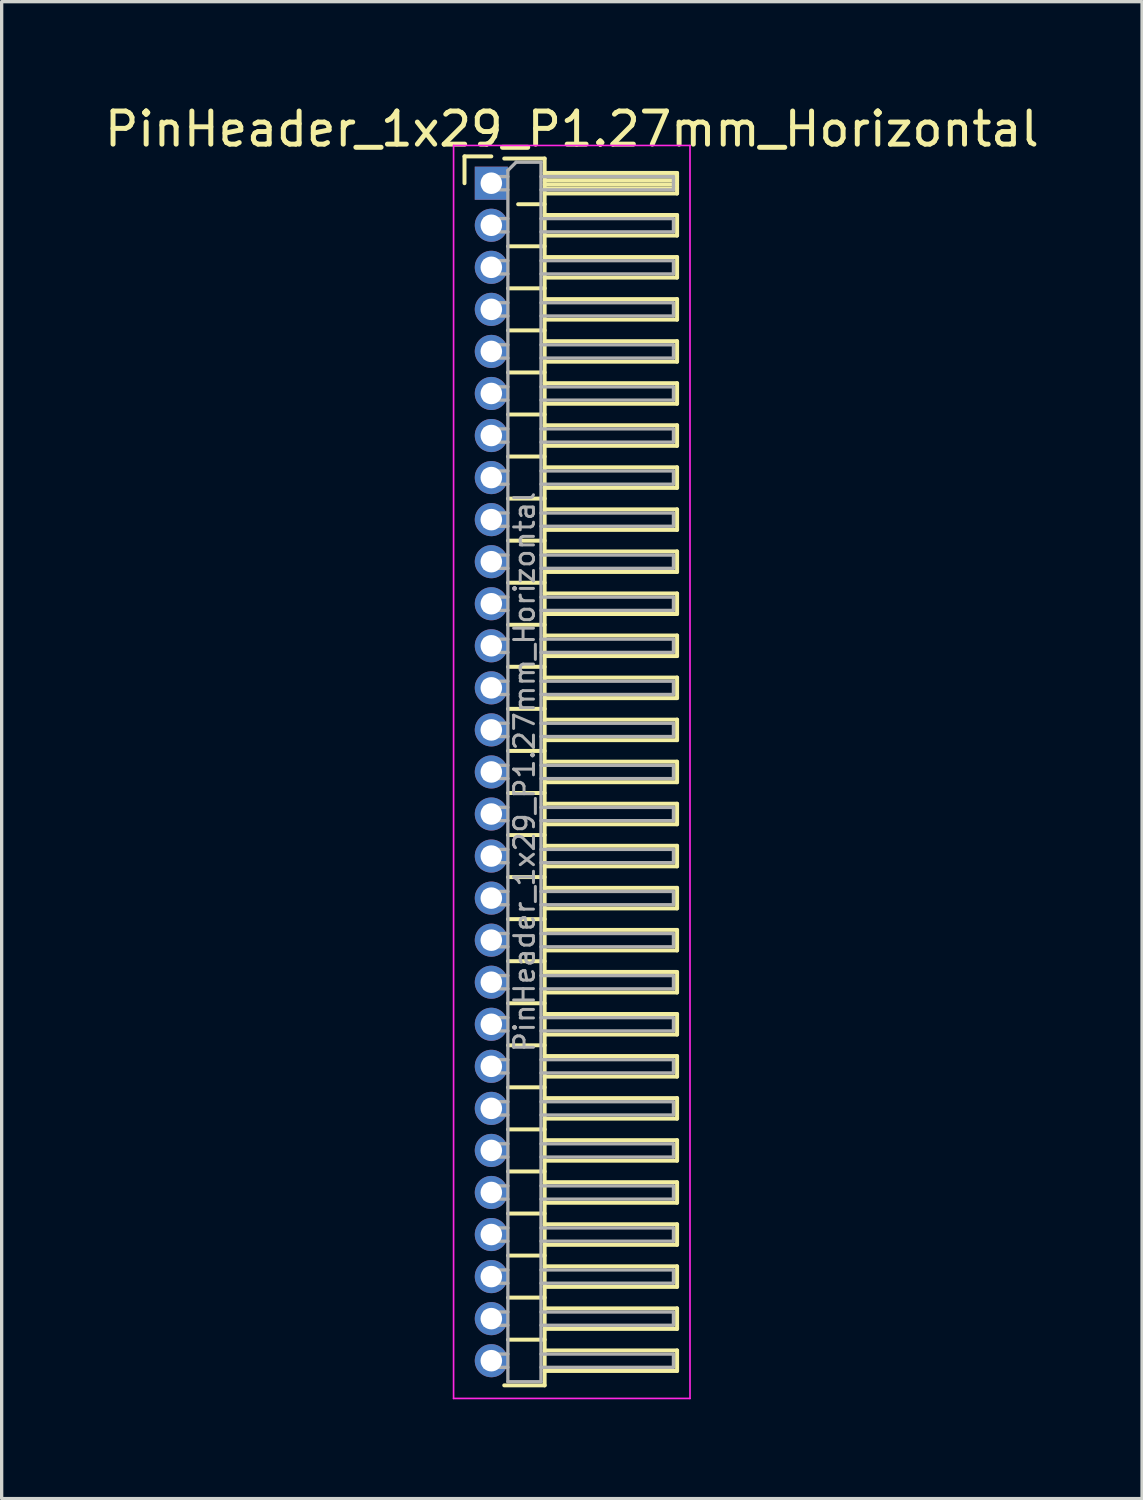
<source format=kicad_pcb>
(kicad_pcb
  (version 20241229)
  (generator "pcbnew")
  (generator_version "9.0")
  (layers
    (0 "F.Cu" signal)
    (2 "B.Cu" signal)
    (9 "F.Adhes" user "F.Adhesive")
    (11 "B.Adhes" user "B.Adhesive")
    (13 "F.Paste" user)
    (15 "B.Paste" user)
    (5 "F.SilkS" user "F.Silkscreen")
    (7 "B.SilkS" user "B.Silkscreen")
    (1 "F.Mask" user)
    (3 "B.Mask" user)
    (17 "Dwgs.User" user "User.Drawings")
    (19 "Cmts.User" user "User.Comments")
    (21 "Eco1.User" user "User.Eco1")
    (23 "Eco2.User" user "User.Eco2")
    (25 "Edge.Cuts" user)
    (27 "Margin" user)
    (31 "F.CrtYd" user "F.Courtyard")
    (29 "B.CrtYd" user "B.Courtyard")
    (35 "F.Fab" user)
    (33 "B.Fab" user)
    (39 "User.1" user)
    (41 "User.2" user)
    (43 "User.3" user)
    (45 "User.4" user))
  (footprint "PinHeader_1x29_P1.27mm_Horizontal"
    (layer "F.Cu")
    (at 11.788 2.483)
    (property "Reference" "PinHeader_1x29_P1.27mm_Horizontal" (at 2.433 -1.635 0) (layer "F.SilkS") (effects (font (size 1 1) (thickness 0.15))))
    (attr through_hole)
    (fp_line (start -0.81 -0.81) (end 0 -0.81) (stroke (width 0.12) (type solid)) (layer "F.SilkS"))
    (fp_line (start -0.81 0) (end -0.81 -0.81) (stroke (width 0.12) (type solid)) (layer "F.SilkS"))
    (fp_line (start 0.39 -0.745) (end 1.61 -0.745) (stroke (width 0.12) (type solid)) (layer "F.SilkS"))
    (fp_line (start 0.503 1.905) (end 1.61 1.905) (stroke (width 0.12) (type solid)) (layer "F.SilkS"))
    (fp_line (start 0.503 3.175) (end 1.61 3.175) (stroke (width 0.12) (type solid)) (layer "F.SilkS"))
    (fp_line (start 0.503 4.445) (end 1.61 4.445) (stroke (width 0.12) (type solid)) (layer "F.SilkS"))
    (fp_line (start 0.503 5.715) (end 1.61 5.715) (stroke (width 0.12) (type solid)) (layer "F.SilkS"))
    (fp_line (start 0.503 6.985) (end 1.61 6.985) (stroke (width 0.12) (type solid)) (layer "F.SilkS"))
    (fp_line (start 0.503 8.255) (end 1.61 8.255) (stroke (width 0.12) (type solid)) (layer "F.SilkS"))
    (fp_line (start 0.503 9.525) (end 1.61 9.525) (stroke (width 0.12) (type solid)) (layer "F.SilkS"))
    (fp_line (start 0.503 10.795) (end 1.61 10.795) (stroke (width 0.12) (type solid)) (layer "F.SilkS"))
    (fp_line (start 0.503 12.065) (end 1.61 12.065) (stroke (width 0.12) (type solid)) (layer "F.SilkS"))
    (fp_line (start 0.503 13.335) (end 1.61 13.335) (stroke (width 0.12) (type solid)) (layer "F.SilkS"))
    (fp_line (start 0.503 14.605) (end 1.61 14.605) (stroke (width 0.12) (type solid)) (layer "F.SilkS"))
    (fp_line (start 0.503 15.875) (end 1.61 15.875) (stroke (width 0.12) (type solid)) (layer "F.SilkS"))
    (fp_line (start 0.503 17.145) (end 1.61 17.145) (stroke (width 0.12) (type solid)) (layer "F.SilkS"))
    (fp_line (start 0.503 18.415) (end 1.61 18.415) (stroke (width 0.12) (type solid)) (layer "F.SilkS"))
    (fp_line (start 0.503 19.685) (end 1.61 19.685) (stroke (width 0.12) (type solid)) (layer "F.SilkS"))
    (fp_line (start 0.503 20.955) (end 1.61 20.955) (stroke (width 0.12) (type solid)) (layer "F.SilkS"))
    (fp_line (start 0.503 22.225) (end 1.61 22.225) (stroke (width 0.12) (type solid)) (layer "F.SilkS"))
    (fp_line (start 0.503 23.495) (end 1.61 23.495) (stroke (width 0.12) (type solid)) (layer "F.SilkS"))
    (fp_line (start 0.503 24.765) (end 1.61 24.765) (stroke (width 0.12) (type solid)) (layer "F.SilkS"))
    (fp_line (start 0.503 26.035) (end 1.61 26.035) (stroke (width 0.12) (type solid)) (layer "F.SilkS"))
    (fp_line (start 0.503 27.305) (end 1.61 27.305) (stroke (width 0.12) (type solid)) (layer "F.SilkS"))
    (fp_line (start 0.503 28.575) (end 1.61 28.575) (stroke (width 0.12) (type solid)) (layer "F.SilkS"))
    (fp_line (start 0.503 29.845) (end 1.61 29.845) (stroke (width 0.12) (type solid)) (layer "F.SilkS"))
    (fp_line (start 0.503 31.115) (end 1.61 31.115) (stroke (width 0.12) (type solid)) (layer "F.SilkS"))
    (fp_line (start 0.503 32.385) (end 1.61 32.385) (stroke (width 0.12) (type solid)) (layer "F.SilkS"))
    (fp_line (start 0.503 33.655) (end 1.61 33.655) (stroke (width 0.12) (type solid)) (layer "F.SilkS"))
    (fp_line (start 0.503 34.925) (end 1.61 34.925) (stroke (width 0.12) (type solid)) (layer "F.SilkS"))
    (fp_line (start 0.81 0.635) (end 1.61 0.635) (stroke (width 0.12) (type solid)) (layer "F.SilkS"))
    (fp_line (start 1.61 -0.745) (end 1.61 36.305) (stroke (width 0.12) (type solid)) (layer "F.SilkS"))
    (fp_line (start 1.61 -0.31) (end 5.61 -0.31) (stroke (width 0.12) (type solid)) (layer "F.SilkS"))
    (fp_line (start 1.61 -0.2) (end 5.61 -0.2) (stroke (width 0.12) (type solid)) (layer "F.SilkS"))
    (fp_line (start 1.61 -0.08) (end 5.61 -0.08) (stroke (width 0.12) (type solid)) (layer "F.SilkS"))
    (fp_line (start 1.61 0.04) (end 5.61 0.04) (stroke (width 0.12) (type solid)) (layer "F.SilkS"))
    (fp_line (start 1.61 0.16) (end 5.61 0.16) (stroke (width 0.12) (type solid)) (layer "F.SilkS"))
    (fp_line (start 1.61 0.96) (end 5.61 0.96) (stroke (width 0.12) (type solid)) (layer "F.SilkS"))
    (fp_line (start 1.61 2.23) (end 5.61 2.23) (stroke (width 0.12) (type solid)) (layer "F.SilkS"))
    (fp_line (start 1.61 3.5) (end 5.61 3.5) (stroke (width 0.12) (type solid)) (layer "F.SilkS"))
    (fp_line (start 1.61 4.77) (end 5.61 4.77) (stroke (width 0.12) (type solid)) (layer "F.SilkS"))
    (fp_line (start 1.61 6.04) (end 5.61 6.04) (stroke (width 0.12) (type solid)) (layer "F.SilkS"))
    (fp_line (start 1.61 7.31) (end 5.61 7.31) (stroke (width 0.12) (type solid)) (layer "F.SilkS"))
    (fp_line (start 1.61 8.58) (end 5.61 8.58) (stroke (width 0.12) (type solid)) (layer "F.SilkS"))
    (fp_line (start 1.61 9.85) (end 5.61 9.85) (stroke (width 0.12) (type solid)) (layer "F.SilkS"))
    (fp_line (start 1.61 11.12) (end 5.61 11.12) (stroke (width 0.12) (type solid)) (layer "F.SilkS"))
    (fp_line (start 1.61 12.39) (end 5.61 12.39) (stroke (width 0.12) (type solid)) (layer "F.SilkS"))
    (fp_line (start 1.61 13.66) (end 5.61 13.66) (stroke (width 0.12) (type solid)) (layer "F.SilkS"))
    (fp_line (start 1.61 14.93) (end 5.61 14.93) (stroke (width 0.12) (type solid)) (layer "F.SilkS"))
    (fp_line (start 1.61 16.2) (end 5.61 16.2) (stroke (width 0.12) (type solid)) (layer "F.SilkS"))
    (fp_line (start 1.61 17.47) (end 5.61 17.47) (stroke (width 0.12) (type solid)) (layer "F.SilkS"))
    (fp_line (start 1.61 18.74) (end 5.61 18.74) (stroke (width 0.12) (type solid)) (layer "F.SilkS"))
    (fp_line (start 1.61 20.01) (end 5.61 20.01) (stroke (width 0.12) (type solid)) (layer "F.SilkS"))
    (fp_line (start 1.61 21.28) (end 5.61 21.28) (stroke (width 0.12) (type solid)) (layer "F.SilkS"))
    (fp_line (start 1.61 22.55) (end 5.61 22.55) (stroke (width 0.12) (type solid)) (layer "F.SilkS"))
    (fp_line (start 1.61 23.82) (end 5.61 23.82) (stroke (width 0.12) (type solid)) (layer "F.SilkS"))
    (fp_line (start 1.61 25.09) (end 5.61 25.09) (stroke (width 0.12) (type solid)) (layer "F.SilkS"))
    (fp_line (start 1.61 26.36) (end 5.61 26.36) (stroke (width 0.12) (type solid)) (layer "F.SilkS"))
    (fp_line (start 1.61 27.63) (end 5.61 27.63) (stroke (width 0.12) (type solid)) (layer "F.SilkS"))
    (fp_line (start 1.61 28.9) (end 5.61 28.9) (stroke (width 0.12) (type solid)) (layer "F.SilkS"))
    (fp_line (start 1.61 30.17) (end 5.61 30.17) (stroke (width 0.12) (type solid)) (layer "F.SilkS"))
    (fp_line (start 1.61 31.44) (end 5.61 31.44) (stroke (width 0.12) (type solid)) (layer "F.SilkS"))
    (fp_line (start 1.61 32.71) (end 5.61 32.71) (stroke (width 0.12) (type solid)) (layer "F.SilkS"))
    (fp_line (start 1.61 33.98) (end 5.61 33.98) (stroke (width 0.12) (type solid)) (layer "F.SilkS"))
    (fp_line (start 1.61 35.25) (end 5.61 35.25) (stroke (width 0.12) (type solid)) (layer "F.SilkS"))
    (fp_line (start 1.61 36.305) (end 0.39 36.305) (stroke (width 0.12) (type solid)) (layer "F.SilkS"))
    (fp_line (start 5.61 -0.31) (end 5.61 0.31) (stroke (width 0.12) (type solid)) (layer "F.SilkS"))
    (fp_line (start 5.61 0.31) (end 1.61 0.31) (stroke (width 0.12) (type solid)) (layer "F.SilkS"))
    (fp_line (start 5.61 0.96) (end 5.61 1.58) (stroke (width 0.12) (type solid)) (layer "F.SilkS"))
    (fp_line (start 5.61 1.58) (end 1.61 1.58) (stroke (width 0.12) (type solid)) (layer "F.SilkS"))
    (fp_line (start 5.61 2.23) (end 5.61 2.85) (stroke (width 0.12) (type solid)) (layer "F.SilkS"))
    (fp_line (start 5.61 2.85) (end 1.61 2.85) (stroke (width 0.12) (type solid)) (layer "F.SilkS"))
    (fp_line (start 5.61 3.5) (end 5.61 4.12) (stroke (width 0.12) (type solid)) (layer "F.SilkS"))
    (fp_line (start 5.61 4.12) (end 1.61 4.12) (stroke (width 0.12) (type solid)) (layer "F.SilkS"))
    (fp_line (start 5.61 4.77) (end 5.61 5.39) (stroke (width 0.12) (type solid)) (layer "F.SilkS"))
    (fp_line (start 5.61 5.39) (end 1.61 5.39) (stroke (width 0.12) (type solid)) (layer "F.SilkS"))
    (fp_line (start 5.61 6.04) (end 5.61 6.66) (stroke (width 0.12) (type solid)) (layer "F.SilkS"))
    (fp_line (start 5.61 6.66) (end 1.61 6.66) (stroke (width 0.12) (type solid)) (layer "F.SilkS"))
    (fp_line (start 5.61 7.31) (end 5.61 7.93) (stroke (width 0.12) (type solid)) (layer "F.SilkS"))
    (fp_line (start 5.61 7.93) (end 1.61 7.93) (stroke (width 0.12) (type solid)) (layer "F.SilkS"))
    (fp_line (start 5.61 8.58) (end 5.61 9.2) (stroke (width 0.12) (type solid)) (layer "F.SilkS"))
    (fp_line (start 5.61 9.2) (end 1.61 9.2) (stroke (width 0.12) (type solid)) (layer "F.SilkS"))
    (fp_line (start 5.61 9.85) (end 5.61 10.47) (stroke (width 0.12) (type solid)) (layer "F.SilkS"))
    (fp_line (start 5.61 10.47) (end 1.61 10.47) (stroke (width 0.12) (type solid)) (layer "F.SilkS"))
    (fp_line (start 5.61 11.12) (end 5.61 11.74) (stroke (width 0.12) (type solid)) (layer "F.SilkS"))
    (fp_line (start 5.61 11.74) (end 1.61 11.74) (stroke (width 0.12) (type solid)) (layer "F.SilkS"))
    (fp_line (start 5.61 12.39) (end 5.61 13.01) (stroke (width 0.12) (type solid)) (layer "F.SilkS"))
    (fp_line (start 5.61 13.01) (end 1.61 13.01) (stroke (width 0.12) (type solid)) (layer "F.SilkS"))
    (fp_line (start 5.61 13.66) (end 5.61 14.28) (stroke (width 0.12) (type solid)) (layer "F.SilkS"))
    (fp_line (start 5.61 14.28) (end 1.61 14.28) (stroke (width 0.12) (type solid)) (layer "F.SilkS"))
    (fp_line (start 5.61 14.93) (end 5.61 15.55) (stroke (width 0.12) (type solid)) (layer "F.SilkS"))
    (fp_line (start 5.61 15.55) (end 1.61 15.55) (stroke (width 0.12) (type solid)) (layer "F.SilkS"))
    (fp_line (start 5.61 16.2) (end 5.61 16.82) (stroke (width 0.12) (type solid)) (layer "F.SilkS"))
    (fp_line (start 5.61 16.82) (end 1.61 16.82) (stroke (width 0.12) (type solid)) (layer "F.SilkS"))
    (fp_line (start 5.61 17.47) (end 5.61 18.09) (stroke (width 0.12) (type solid)) (layer "F.SilkS"))
    (fp_line (start 5.61 18.09) (end 1.61 18.09) (stroke (width 0.12) (type solid)) (layer "F.SilkS"))
    (fp_line (start 5.61 18.74) (end 5.61 19.36) (stroke (width 0.12) (type solid)) (layer "F.SilkS"))
    (fp_line (start 5.61 19.36) (end 1.61 19.36) (stroke (width 0.12) (type solid)) (layer "F.SilkS"))
    (fp_line (start 5.61 20.01) (end 5.61 20.63) (stroke (width 0.12) (type solid)) (layer "F.SilkS"))
    (fp_line (start 5.61 20.63) (end 1.61 20.63) (stroke (width 0.12) (type solid)) (layer "F.SilkS"))
    (fp_line (start 5.61 21.28) (end 5.61 21.9) (stroke (width 0.12) (type solid)) (layer "F.SilkS"))
    (fp_line (start 5.61 21.9) (end 1.61 21.9) (stroke (width 0.12) (type solid)) (layer "F.SilkS"))
    (fp_line (start 5.61 22.55) (end 5.61 23.17) (stroke (width 0.12) (type solid)) (layer "F.SilkS"))
    (fp_line (start 5.61 23.17) (end 1.61 23.17) (stroke (width 0.12) (type solid)) (layer "F.SilkS"))
    (fp_line (start 5.61 23.82) (end 5.61 24.44) (stroke (width 0.12) (type solid)) (layer "F.SilkS"))
    (fp_line (start 5.61 24.44) (end 1.61 24.44) (stroke (width 0.12) (type solid)) (layer "F.SilkS"))
    (fp_line (start 5.61 25.09) (end 5.61 25.71) (stroke (width 0.12) (type solid)) (layer "F.SilkS"))
    (fp_line (start 5.61 25.71) (end 1.61 25.71) (stroke (width 0.12) (type solid)) (layer "F.SilkS"))
    (fp_line (start 5.61 26.36) (end 5.61 26.98) (stroke (width 0.12) (type solid)) (layer "F.SilkS"))
    (fp_line (start 5.61 26.98) (end 1.61 26.98) (stroke (width 0.12) (type solid)) (layer "F.SilkS"))
    (fp_line (start 5.61 27.63) (end 5.61 28.25) (stroke (width 0.12) (type solid)) (layer "F.SilkS"))
    (fp_line (start 5.61 28.25) (end 1.61 28.25) (stroke (width 0.12) (type solid)) (layer "F.SilkS"))
    (fp_line (start 5.61 28.9) (end 5.61 29.52) (stroke (width 0.12) (type solid)) (layer "F.SilkS"))
    (fp_line (start 5.61 29.52) (end 1.61 29.52) (stroke (width 0.12) (type solid)) (layer "F.SilkS"))
    (fp_line (start 5.61 30.17) (end 5.61 30.79) (stroke (width 0.12) (type solid)) (layer "F.SilkS"))
    (fp_line (start 5.61 30.79) (end 1.61 30.79) (stroke (width 0.12) (type solid)) (layer "F.SilkS"))
    (fp_line (start 5.61 31.44) (end 5.61 32.06) (stroke (width 0.12) (type solid)) (layer "F.SilkS"))
    (fp_line (start 5.61 32.06) (end 1.61 32.06) (stroke (width 0.12) (type solid)) (layer "F.SilkS"))
    (fp_line (start 5.61 32.71) (end 5.61 33.33) (stroke (width 0.12) (type solid)) (layer "F.SilkS"))
    (fp_line (start 5.61 33.33) (end 1.61 33.33) (stroke (width 0.12) (type solid)) (layer "F.SilkS"))
    (fp_line (start 5.61 33.98) (end 5.61 34.6) (stroke (width 0.12) (type solid)) (layer "F.SilkS"))
    (fp_line (start 5.61 34.6) (end 1.61 34.6) (stroke (width 0.12) (type solid)) (layer "F.SilkS"))
    (fp_line (start 5.61 35.25) (end 5.61 35.87) (stroke (width 0.12) (type solid)) (layer "F.SilkS"))
    (fp_line (start 5.61 35.87) (end 1.61 35.87) (stroke (width 0.12) (type solid)) (layer "F.SilkS"))
    (fp_line (start -1.14 -1.14) (end -1.14 36.7) (stroke (width 0.05) (type solid)) (layer "F.CrtYd"))
    (fp_line (start -1.14 36.7) (end 6 36.7) (stroke (width 0.05) (type solid)) (layer "F.CrtYd"))
    (fp_line (start 6 -1.14) (end -1.14 -1.14) (stroke (width 0.05) (type solid)) (layer "F.CrtYd"))
    (fp_line (start 6 36.7) (end 6 -1.14) (stroke (width 0.05) (type solid)) (layer "F.CrtYd"))
    (fp_line (start -0.2 -0.2) (end -0.2 0.2) (stroke (width 0.1) (type solid)) (layer "F.Fab"))
    (fp_line (start -0.2 -0.2) (end 0.5 -0.2) (stroke (width 0.1) (type solid)) (layer "F.Fab"))
    (fp_line (start -0.2 0.2) (end 0.5 0.2) (stroke (width 0.1) (type solid)) (layer "F.Fab"))
    (fp_line (start -0.2 1.07) (end -0.2 1.47) (stroke (width 0.1) (type solid)) (layer "F.Fab"))
    (fp_line (start -0.2 1.07) (end 0.5 1.07) (stroke (width 0.1) (type solid)) (layer "F.Fab"))
    (fp_line (start -0.2 1.47) (end 0.5 1.47) (stroke (width 0.1) (type solid)) (layer "F.Fab"))
    (fp_line (start -0.2 2.34) (end -0.2 2.74) (stroke (width 0.1) (type solid)) (layer "F.Fab"))
    (fp_line (start -0.2 2.34) (end 0.5 2.34) (stroke (width 0.1) (type solid)) (layer "F.Fab"))
    (fp_line (start -0.2 2.74) (end 0.5 2.74) (stroke (width 0.1) (type solid)) (layer "F.Fab"))
    (fp_line (start -0.2 3.61) (end -0.2 4.01) (stroke (width 0.1) (type solid)) (layer "F.Fab"))
    (fp_line (start -0.2 3.61) (end 0.5 3.61) (stroke (width 0.1) (type solid)) (layer "F.Fab"))
    (fp_line (start -0.2 4.01) (end 0.5 4.01) (stroke (width 0.1) (type solid)) (layer "F.Fab"))
    (fp_line (start -0.2 4.88) (end -0.2 5.28) (stroke (width 0.1) (type solid)) (layer "F.Fab"))
    (fp_line (start -0.2 4.88) (end 0.5 4.88) (stroke (width 0.1) (type solid)) (layer "F.Fab"))
    (fp_line (start -0.2 5.28) (end 0.5 5.28) (stroke (width 0.1) (type solid)) (layer "F.Fab"))
    (fp_line (start -0.2 6.15) (end -0.2 6.55) (stroke (width 0.1) (type solid)) (layer "F.Fab"))
    (fp_line (start -0.2 6.15) (end 0.5 6.15) (stroke (width 0.1) (type solid)) (layer "F.Fab"))
    (fp_line (start -0.2 6.55) (end 0.5 6.55) (stroke (width 0.1) (type solid)) (layer "F.Fab"))
    (fp_line (start -0.2 7.42) (end -0.2 7.82) (stroke (width 0.1) (type solid)) (layer "F.Fab"))
    (fp_line (start -0.2 7.42) (end 0.5 7.42) (stroke (width 0.1) (type solid)) (layer "F.Fab"))
    (fp_line (start -0.2 7.82) (end 0.5 7.82) (stroke (width 0.1) (type solid)) (layer "F.Fab"))
    (fp_line (start -0.2 8.69) (end -0.2 9.09) (stroke (width 0.1) (type solid)) (layer "F.Fab"))
    (fp_line (start -0.2 8.69) (end 0.5 8.69) (stroke (width 0.1) (type solid)) (layer "F.Fab"))
    (fp_line (start -0.2 9.09) (end 0.5 9.09) (stroke (width 0.1) (type solid)) (layer "F.Fab"))
    (fp_line (start -0.2 9.96) (end -0.2 10.36) (stroke (width 0.1) (type solid)) (layer "F.Fab"))
    (fp_line (start -0.2 9.96) (end 0.5 9.96) (stroke (width 0.1) (type solid)) (layer "F.Fab"))
    (fp_line (start -0.2 10.36) (end 0.5 10.36) (stroke (width 0.1) (type solid)) (layer "F.Fab"))
    (fp_line (start -0.2 11.23) (end -0.2 11.63) (stroke (width 0.1) (type solid)) (layer "F.Fab"))
    (fp_line (start -0.2 11.23) (end 0.5 11.23) (stroke (width 0.1) (type solid)) (layer "F.Fab"))
    (fp_line (start -0.2 11.63) (end 0.5 11.63) (stroke (width 0.1) (type solid)) (layer "F.Fab"))
    (fp_line (start -0.2 12.5) (end -0.2 12.9) (stroke (width 0.1) (type solid)) (layer "F.Fab"))
    (fp_line (start -0.2 12.5) (end 0.5 12.5) (stroke (width 0.1) (type solid)) (layer "F.Fab"))
    (fp_line (start -0.2 12.9) (end 0.5 12.9) (stroke (width 0.1) (type solid)) (layer "F.Fab"))
    (fp_line (start -0.2 13.77) (end -0.2 14.17) (stroke (width 0.1) (type solid)) (layer "F.Fab"))
    (fp_line (start -0.2 13.77) (end 0.5 13.77) (stroke (width 0.1) (type solid)) (layer "F.Fab"))
    (fp_line (start -0.2 14.17) (end 0.5 14.17) (stroke (width 0.1) (type solid)) (layer "F.Fab"))
    (fp_line (start -0.2 15.04) (end -0.2 15.44) (stroke (width 0.1) (type solid)) (layer "F.Fab"))
    (fp_line (start -0.2 15.04) (end 0.5 15.04) (stroke (width 0.1) (type solid)) (layer "F.Fab"))
    (fp_line (start -0.2 15.44) (end 0.5 15.44) (stroke (width 0.1) (type solid)) (layer "F.Fab"))
    (fp_line (start -0.2 16.31) (end -0.2 16.71) (stroke (width 0.1) (type solid)) (layer "F.Fab"))
    (fp_line (start -0.2 16.31) (end 0.5 16.31) (stroke (width 0.1) (type solid)) (layer "F.Fab"))
    (fp_line (start -0.2 16.71) (end 0.5 16.71) (stroke (width 0.1) (type solid)) (layer "F.Fab"))
    (fp_line (start -0.2 17.58) (end -0.2 17.98) (stroke (width 0.1) (type solid)) (layer "F.Fab"))
    (fp_line (start -0.2 17.58) (end 0.5 17.58) (stroke (width 0.1) (type solid)) (layer "F.Fab"))
    (fp_line (start -0.2 17.98) (end 0.5 17.98) (stroke (width 0.1) (type solid)) (layer "F.Fab"))
    (fp_line (start -0.2 18.85) (end -0.2 19.25) (stroke (width 0.1) (type solid)) (layer "F.Fab"))
    (fp_line (start -0.2 18.85) (end 0.5 18.85) (stroke (width 0.1) (type solid)) (layer "F.Fab"))
    (fp_line (start -0.2 19.25) (end 0.5 19.25) (stroke (width 0.1) (type solid)) (layer "F.Fab"))
    (fp_line (start -0.2 20.12) (end -0.2 20.52) (stroke (width 0.1) (type solid)) (layer "F.Fab"))
    (fp_line (start -0.2 20.12) (end 0.5 20.12) (stroke (width 0.1) (type solid)) (layer "F.Fab"))
    (fp_line (start -0.2 20.52) (end 0.5 20.52) (stroke (width 0.1) (type solid)) (layer "F.Fab"))
    (fp_line (start -0.2 21.39) (end -0.2 21.79) (stroke (width 0.1) (type solid)) (layer "F.Fab"))
    (fp_line (start -0.2 21.39) (end 0.5 21.39) (stroke (width 0.1) (type solid)) (layer "F.Fab"))
    (fp_line (start -0.2 21.79) (end 0.5 21.79) (stroke (width 0.1) (type solid)) (layer "F.Fab"))
    (fp_line (start -0.2 22.66) (end -0.2 23.06) (stroke (width 0.1) (type solid)) (layer "F.Fab"))
    (fp_line (start -0.2 22.66) (end 0.5 22.66) (stroke (width 0.1) (type solid)) (layer "F.Fab"))
    (fp_line (start -0.2 23.06) (end 0.5 23.06) (stroke (width 0.1) (type solid)) (layer "F.Fab"))
    (fp_line (start -0.2 23.93) (end -0.2 24.33) (stroke (width 0.1) (type solid)) (layer "F.Fab"))
    (fp_line (start -0.2 23.93) (end 0.5 23.93) (stroke (width 0.1) (type solid)) (layer "F.Fab"))
    (fp_line (start -0.2 24.33) (end 0.5 24.33) (stroke (width 0.1) (type solid)) (layer "F.Fab"))
    (fp_line (start -0.2 25.2) (end -0.2 25.6) (stroke (width 0.1) (type solid)) (layer "F.Fab"))
    (fp_line (start -0.2 25.2) (end 0.5 25.2) (stroke (width 0.1) (type solid)) (layer "F.Fab"))
    (fp_line (start -0.2 25.6) (end 0.5 25.6) (stroke (width 0.1) (type solid)) (layer "F.Fab"))
    (fp_line (start -0.2 26.47) (end -0.2 26.87) (stroke (width 0.1) (type solid)) (layer "F.Fab"))
    (fp_line (start -0.2 26.47) (end 0.5 26.47) (stroke (width 0.1) (type solid)) (layer "F.Fab"))
    (fp_line (start -0.2 26.87) (end 0.5 26.87) (stroke (width 0.1) (type solid)) (layer "F.Fab"))
    (fp_line (start -0.2 27.74) (end -0.2 28.14) (stroke (width 0.1) (type solid)) (layer "F.Fab"))
    (fp_line (start -0.2 27.74) (end 0.5 27.74) (stroke (width 0.1) (type solid)) (layer "F.Fab"))
    (fp_line (start -0.2 28.14) (end 0.5 28.14) (stroke (width 0.1) (type solid)) (layer "F.Fab"))
    (fp_line (start -0.2 29.01) (end -0.2 29.41) (stroke (width 0.1) (type solid)) (layer "F.Fab"))
    (fp_line (start -0.2 29.01) (end 0.5 29.01) (stroke (width 0.1) (type solid)) (layer "F.Fab"))
    (fp_line (start -0.2 29.41) (end 0.5 29.41) (stroke (width 0.1) (type solid)) (layer "F.Fab"))
    (fp_line (start -0.2 30.28) (end -0.2 30.68) (stroke (width 0.1) (type solid)) (layer "F.Fab"))
    (fp_line (start -0.2 30.28) (end 0.5 30.28) (stroke (width 0.1) (type solid)) (layer "F.Fab"))
    (fp_line (start -0.2 30.68) (end 0.5 30.68) (stroke (width 0.1) (type solid)) (layer "F.Fab"))
    (fp_line (start -0.2 31.55) (end -0.2 31.95) (stroke (width 0.1) (type solid)) (layer "F.Fab"))
    (fp_line (start -0.2 31.55) (end 0.5 31.55) (stroke (width 0.1) (type solid)) (layer "F.Fab"))
    (fp_line (start -0.2 31.95) (end 0.5 31.95) (stroke (width 0.1) (type solid)) (layer "F.Fab"))
    (fp_line (start -0.2 32.82) (end -0.2 33.22) (stroke (width 0.1) (type solid)) (layer "F.Fab"))
    (fp_line (start -0.2 32.82) (end 0.5 32.82) (stroke (width 0.1) (type solid)) (layer "F.Fab"))
    (fp_line (start -0.2 33.22) (end 0.5 33.22) (stroke (width 0.1) (type solid)) (layer "F.Fab"))
    (fp_line (start -0.2 34.09) (end -0.2 34.49) (stroke (width 0.1) (type solid)) (layer "F.Fab"))
    (fp_line (start -0.2 34.09) (end 0.5 34.09) (stroke (width 0.1) (type solid)) (layer "F.Fab"))
    (fp_line (start -0.2 34.49) (end 0.5 34.49) (stroke (width 0.1) (type solid)) (layer "F.Fab"))
    (fp_line (start -0.2 35.36) (end -0.2 35.76) (stroke (width 0.1) (type solid)) (layer "F.Fab"))
    (fp_line (start -0.2 35.36) (end 0.5 35.36) (stroke (width 0.1) (type solid)) (layer "F.Fab"))
    (fp_line (start -0.2 35.76) (end 0.5 35.76) (stroke (width 0.1) (type solid)) (layer "F.Fab"))
    (fp_line (start 0.5 -0.385) (end 0.75 -0.635) (stroke (width 0.1) (type solid)) (layer "F.Fab"))
    (fp_line (start 0.5 36.195) (end 0.5 -0.385) (stroke (width 0.1) (type solid)) (layer "F.Fab"))
    (fp_line (start 0.75 -0.635) (end 1.5 -0.635) (stroke (width 0.1) (type solid)) (layer "F.Fab"))
    (fp_line (start 1.5 -0.635) (end 1.5 36.195) (stroke (width 0.1) (type solid)) (layer "F.Fab"))
    (fp_line (start 1.5 -0.2) (end 5.5 -0.2) (stroke (width 0.1) (type solid)) (layer "F.Fab"))
    (fp_line (start 1.5 0.2) (end 5.5 0.2) (stroke (width 0.1) (type solid)) (layer "F.Fab"))
    (fp_line (start 1.5 1.07) (end 5.5 1.07) (stroke (width 0.1) (type solid)) (layer "F.Fab"))
    (fp_line (start 1.5 1.47) (end 5.5 1.47) (stroke (width 0.1) (type solid)) (layer "F.Fab"))
    (fp_line (start 1.5 2.34) (end 5.5 2.34) (stroke (width 0.1) (type solid)) (layer "F.Fab"))
    (fp_line (start 1.5 2.74) (end 5.5 2.74) (stroke (width 0.1) (type solid)) (layer "F.Fab"))
    (fp_line (start 1.5 3.61) (end 5.5 3.61) (stroke (width 0.1) (type solid)) (layer "F.Fab"))
    (fp_line (start 1.5 4.01) (end 5.5 4.01) (stroke (width 0.1) (type solid)) (layer "F.Fab"))
    (fp_line (start 1.5 4.88) (end 5.5 4.88) (stroke (width 0.1) (type solid)) (layer "F.Fab"))
    (fp_line (start 1.5 5.28) (end 5.5 5.28) (stroke (width 0.1) (type solid)) (layer "F.Fab"))
    (fp_line (start 1.5 6.15) (end 5.5 6.15) (stroke (width 0.1) (type solid)) (layer "F.Fab"))
    (fp_line (start 1.5 6.55) (end 5.5 6.55) (stroke (width 0.1) (type solid)) (layer "F.Fab"))
    (fp_line (start 1.5 7.42) (end 5.5 7.42) (stroke (width 0.1) (type solid)) (layer "F.Fab"))
    (fp_line (start 1.5 7.82) (end 5.5 7.82) (stroke (width 0.1) (type solid)) (layer "F.Fab"))
    (fp_line (start 1.5 8.69) (end 5.5 8.69) (stroke (width 0.1) (type solid)) (layer "F.Fab"))
    (fp_line (start 1.5 9.09) (end 5.5 9.09) (stroke (width 0.1) (type solid)) (layer "F.Fab"))
    (fp_line (start 1.5 9.96) (end 5.5 9.96) (stroke (width 0.1) (type solid)) (layer "F.Fab"))
    (fp_line (start 1.5 10.36) (end 5.5 10.36) (stroke (width 0.1) (type solid)) (layer "F.Fab"))
    (fp_line (start 1.5 11.23) (end 5.5 11.23) (stroke (width 0.1) (type solid)) (layer "F.Fab"))
    (fp_line (start 1.5 11.63) (end 5.5 11.63) (stroke (width 0.1) (type solid)) (layer "F.Fab"))
    (fp_line (start 1.5 12.5) (end 5.5 12.5) (stroke (width 0.1) (type solid)) (layer "F.Fab"))
    (fp_line (start 1.5 12.9) (end 5.5 12.9) (stroke (width 0.1) (type solid)) (layer "F.Fab"))
    (fp_line (start 1.5 13.77) (end 5.5 13.77) (stroke (width 0.1) (type solid)) (layer "F.Fab"))
    (fp_line (start 1.5 14.17) (end 5.5 14.17) (stroke (width 0.1) (type solid)) (layer "F.Fab"))
    (fp_line (start 1.5 15.04) (end 5.5 15.04) (stroke (width 0.1) (type solid)) (layer "F.Fab"))
    (fp_line (start 1.5 15.44) (end 5.5 15.44) (stroke (width 0.1) (type solid)) (layer "F.Fab"))
    (fp_line (start 1.5 16.31) (end 5.5 16.31) (stroke (width 0.1) (type solid)) (layer "F.Fab"))
    (fp_line (start 1.5 16.71) (end 5.5 16.71) (stroke (width 0.1) (type solid)) (layer "F.Fab"))
    (fp_line (start 1.5 17.58) (end 5.5 17.58) (stroke (width 0.1) (type solid)) (layer "F.Fab"))
    (fp_line (start 1.5 17.98) (end 5.5 17.98) (stroke (width 0.1) (type solid)) (layer "F.Fab"))
    (fp_line (start 1.5 18.85) (end 5.5 18.85) (stroke (width 0.1) (type solid)) (layer "F.Fab"))
    (fp_line (start 1.5 19.25) (end 5.5 19.25) (stroke (width 0.1) (type solid)) (layer "F.Fab"))
    (fp_line (start 1.5 20.12) (end 5.5 20.12) (stroke (width 0.1) (type solid)) (layer "F.Fab"))
    (fp_line (start 1.5 20.52) (end 5.5 20.52) (stroke (width 0.1) (type solid)) (layer "F.Fab"))
    (fp_line (start 1.5 21.39) (end 5.5 21.39) (stroke (width 0.1) (type solid)) (layer "F.Fab"))
    (fp_line (start 1.5 21.79) (end 5.5 21.79) (stroke (width 0.1) (type solid)) (layer "F.Fab"))
    (fp_line (start 1.5 22.66) (end 5.5 22.66) (stroke (width 0.1) (type solid)) (layer "F.Fab"))
    (fp_line (start 1.5 23.06) (end 5.5 23.06) (stroke (width 0.1) (type solid)) (layer "F.Fab"))
    (fp_line (start 1.5 23.93) (end 5.5 23.93) (stroke (width 0.1) (type solid)) (layer "F.Fab"))
    (fp_line (start 1.5 24.33) (end 5.5 24.33) (stroke (width 0.1) (type solid)) (layer "F.Fab"))
    (fp_line (start 1.5 25.2) (end 5.5 25.2) (stroke (width 0.1) (type solid)) (layer "F.Fab"))
    (fp_line (start 1.5 25.6) (end 5.5 25.6) (stroke (width 0.1) (type solid)) (layer "F.Fab"))
    (fp_line (start 1.5 26.47) (end 5.5 26.47) (stroke (width 0.1) (type solid)) (layer "F.Fab"))
    (fp_line (start 1.5 26.87) (end 5.5 26.87) (stroke (width 0.1) (type solid)) (layer "F.Fab"))
    (fp_line (start 1.5 27.74) (end 5.5 27.74) (stroke (width 0.1) (type solid)) (layer "F.Fab"))
    (fp_line (start 1.5 28.14) (end 5.5 28.14) (stroke (width 0.1) (type solid)) (layer "F.Fab"))
    (fp_line (start 1.5 29.01) (end 5.5 29.01) (stroke (width 0.1) (type solid)) (layer "F.Fab"))
    (fp_line (start 1.5 29.41) (end 5.5 29.41) (stroke (width 0.1) (type solid)) (layer "F.Fab"))
    (fp_line (start 1.5 30.28) (end 5.5 30.28) (stroke (width 0.1) (type solid)) (layer "F.Fab"))
    (fp_line (start 1.5 30.68) (end 5.5 30.68) (stroke (width 0.1) (type solid)) (layer "F.Fab"))
    (fp_line (start 1.5 31.55) (end 5.5 31.55) (stroke (width 0.1) (type solid)) (layer "F.Fab"))
    (fp_line (start 1.5 31.95) (end 5.5 31.95) (stroke (width 0.1) (type solid)) (layer "F.Fab"))
    (fp_line (start 1.5 32.82) (end 5.5 32.82) (stroke (width 0.1) (type solid)) (layer "F.Fab"))
    (fp_line (start 1.5 33.22) (end 5.5 33.22) (stroke (width 0.1) (type solid)) (layer "F.Fab"))
    (fp_line (start 1.5 34.09) (end 5.5 34.09) (stroke (width 0.1) (type solid)) (layer "F.Fab"))
    (fp_line (start 1.5 34.49) (end 5.5 34.49) (stroke (width 0.1) (type solid)) (layer "F.Fab"))
    (fp_line (start 1.5 35.36) (end 5.5 35.36) (stroke (width 0.1) (type solid)) (layer "F.Fab"))
    (fp_line (start 1.5 35.76) (end 5.5 35.76) (stroke (width 0.1) (type solid)) (layer "F.Fab"))
    (fp_line (start 1.5 36.195) (end 0.5 36.195) (stroke (width 0.1) (type solid)) (layer "F.Fab"))
    (fp_line (start 5.5 -0.2) (end 5.5 0.2) (stroke (width 0.1) (type solid)) (layer "F.Fab"))
    (fp_line (start 5.5 1.07) (end 5.5 1.47) (stroke (width 0.1) (type solid)) (layer "F.Fab"))
    (fp_line (start 5.5 2.34) (end 5.5 2.74) (stroke (width 0.1) (type solid)) (layer "F.Fab"))
    (fp_line (start 5.5 3.61) (end 5.5 4.01) (stroke (width 0.1) (type solid)) (layer "F.Fab"))
    (fp_line (start 5.5 4.88) (end 5.5 5.28) (stroke (width 0.1) (type solid)) (layer "F.Fab"))
    (fp_line (start 5.5 6.15) (end 5.5 6.55) (stroke (width 0.1) (type solid)) (layer "F.Fab"))
    (fp_line (start 5.5 7.42) (end 5.5 7.82) (stroke (width 0.1) (type solid)) (layer "F.Fab"))
    (fp_line (start 5.5 8.69) (end 5.5 9.09) (stroke (width 0.1) (type solid)) (layer "F.Fab"))
    (fp_line (start 5.5 9.96) (end 5.5 10.36) (stroke (width 0.1) (type solid)) (layer "F.Fab"))
    (fp_line (start 5.5 11.23) (end 5.5 11.63) (stroke (width 0.1) (type solid)) (layer "F.Fab"))
    (fp_line (start 5.5 12.5) (end 5.5 12.9) (stroke (width 0.1) (type solid)) (layer "F.Fab"))
    (fp_line (start 5.5 13.77) (end 5.5 14.17) (stroke (width 0.1) (type solid)) (layer "F.Fab"))
    (fp_line (start 5.5 15.04) (end 5.5 15.44) (stroke (width 0.1) (type solid)) (layer "F.Fab"))
    (fp_line (start 5.5 16.31) (end 5.5 16.71) (stroke (width 0.1) (type solid)) (layer "F.Fab"))
    (fp_line (start 5.5 17.58) (end 5.5 17.98) (stroke (width 0.1) (type solid)) (layer "F.Fab"))
    (fp_line (start 5.5 18.85) (end 5.5 19.25) (stroke (width 0.1) (type solid)) (layer "F.Fab"))
    (fp_line (start 5.5 20.12) (end 5.5 20.52) (stroke (width 0.1) (type solid)) (layer "F.Fab"))
    (fp_line (start 5.5 21.39) (end 5.5 21.79) (stroke (width 0.1) (type solid)) (layer "F.Fab"))
    (fp_line (start 5.5 22.66) (end 5.5 23.06) (stroke (width 0.1) (type solid)) (layer "F.Fab"))
    (fp_line (start 5.5 23.93) (end 5.5 24.33) (stroke (width 0.1) (type solid)) (layer "F.Fab"))
    (fp_line (start 5.5 25.2) (end 5.5 25.6) (stroke (width 0.1) (type solid)) (layer "F.Fab"))
    (fp_line (start 5.5 26.47) (end 5.5 26.87) (stroke (width 0.1) (type solid)) (layer "F.Fab"))
    (fp_line (start 5.5 27.74) (end 5.5 28.14) (stroke (width 0.1) (type solid)) (layer "F.Fab"))
    (fp_line (start 5.5 29.01) (end 5.5 29.41) (stroke (width 0.1) (type solid)) (layer "F.Fab"))
    (fp_line (start 5.5 30.28) (end 5.5 30.68) (stroke (width 0.1) (type solid)) (layer "F.Fab"))
    (fp_line (start 5.5 31.55) (end 5.5 31.95) (stroke (width 0.1) (type solid)) (layer "F.Fab"))
    (fp_line (start 5.5 32.82) (end 5.5 33.22) (stroke (width 0.1) (type solid)) (layer "F.Fab"))
    (fp_line (start 5.5 34.09) (end 5.5 34.49) (stroke (width 0.1) (type solid)) (layer "F.Fab"))
    (fp_line (start 5.5 35.36) (end 5.5 35.76) (stroke (width 0.1) (type solid)) (layer "F.Fab"))
    (fp_text user "${REFERENCE}" (at 1 17.78 90) (layer "F.Fab") (effects (font (size 0.6 0.6) (thickness 0.09))))
    (pad "1" thru_hole rect (at 0 0) (size 1 1) (drill 0.65) (layers "*.Cu" "*.Mask"))
    (pad "2" thru_hole circle (at 0 1.27) (size 1 1) (drill 0.65) (layers "*.Cu" "*.Mask"))
    (pad "3" thru_hole circle (at 0 2.54) (size 1 1) (drill 0.65) (layers "*.Cu" "*.Mask"))
    (pad "4" thru_hole circle (at 0 3.81) (size 1 1) (drill 0.65) (layers "*.Cu" "*.Mask"))
    (pad "5" thru_hole circle (at 0 5.08) (size 1 1) (drill 0.65) (layers "*.Cu" "*.Mask"))
    (pad "6" thru_hole circle (at 0 6.35) (size 1 1) (drill 0.65) (layers "*.Cu" "*.Mask"))
    (pad "7" thru_hole circle (at 0 7.62) (size 1 1) (drill 0.65) (layers "*.Cu" "*.Mask"))
    (pad "8" thru_hole circle (at 0 8.89) (size 1 1) (drill 0.65) (layers "*.Cu" "*.Mask"))
    (pad "9" thru_hole circle (at 0 10.16) (size 1 1) (drill 0.65) (layers "*.Cu" "*.Mask"))
    (pad "10" thru_hole circle (at 0 11.43) (size 1 1) (drill 0.65) (layers "*.Cu" "*.Mask"))
    (pad "11" thru_hole circle (at 0 12.7) (size 1 1) (drill 0.65) (layers "*.Cu" "*.Mask"))
    (pad "12" thru_hole circle (at 0 13.97) (size 1 1) (drill 0.65) (layers "*.Cu" "*.Mask"))
    (pad "13" thru_hole circle (at 0 15.24) (size 1 1) (drill 0.65) (layers "*.Cu" "*.Mask"))
    (pad "14" thru_hole circle (at 0 16.51) (size 1 1) (drill 0.65) (layers "*.Cu" "*.Mask"))
    (pad "15" thru_hole circle (at 0 17.78) (size 1 1) (drill 0.65) (layers "*.Cu" "*.Mask"))
    (pad "16" thru_hole circle (at 0 19.05) (size 1 1) (drill 0.65) (layers "*.Cu" "*.Mask"))
    (pad "17" thru_hole circle (at 0 20.32) (size 1 1) (drill 0.65) (layers "*.Cu" "*.Mask"))
    (pad "18" thru_hole circle (at 0 21.59) (size 1 1) (drill 0.65) (layers "*.Cu" "*.Mask"))
    (pad "19" thru_hole circle (at 0 22.86) (size 1 1) (drill 0.65) (layers "*.Cu" "*.Mask"))
    (pad "20" thru_hole circle (at 0 24.13) (size 1 1) (drill 0.65) (layers "*.Cu" "*.Mask"))
    (pad "21" thru_hole circle (at 0 25.4) (size 1 1) (drill 0.65) (layers "*.Cu" "*.Mask"))
    (pad "22" thru_hole circle (at 0 26.67) (size 1 1) (drill 0.65) (layers "*.Cu" "*.Mask"))
    (pad "23" thru_hole circle (at 0 27.94) (size 1 1) (drill 0.65) (layers "*.Cu" "*.Mask"))
    (pad "24" thru_hole circle (at 0 29.21) (size 1 1) (drill 0.65) (layers "*.Cu" "*.Mask"))
    (pad "25" thru_hole circle (at 0 30.48) (size 1 1) (drill 0.65) (layers "*.Cu" "*.Mask"))
    (pad "26" thru_hole circle (at 0 31.75) (size 1 1) (drill 0.65) (layers "*.Cu" "*.Mask"))
    (pad "27" thru_hole circle (at 0 33.02) (size 1 1) (drill 0.65) (layers "*.Cu" "*.Mask"))
    (pad "28" thru_hole circle (at 0 34.29) (size 1 1) (drill 0.65) (layers "*.Cu" "*.Mask"))
    (pad "29" thru_hole circle (at 0 35.56) (size 1 1) (drill 0.65) (layers "*.Cu" "*.Mask")))
  (gr_rect
    (start -3 -3)
    (end 31.44 42.208)
    (stroke (width 0.1) (type default))
    (fill no)
    (layer "Edge.Cuts")))
</source>
